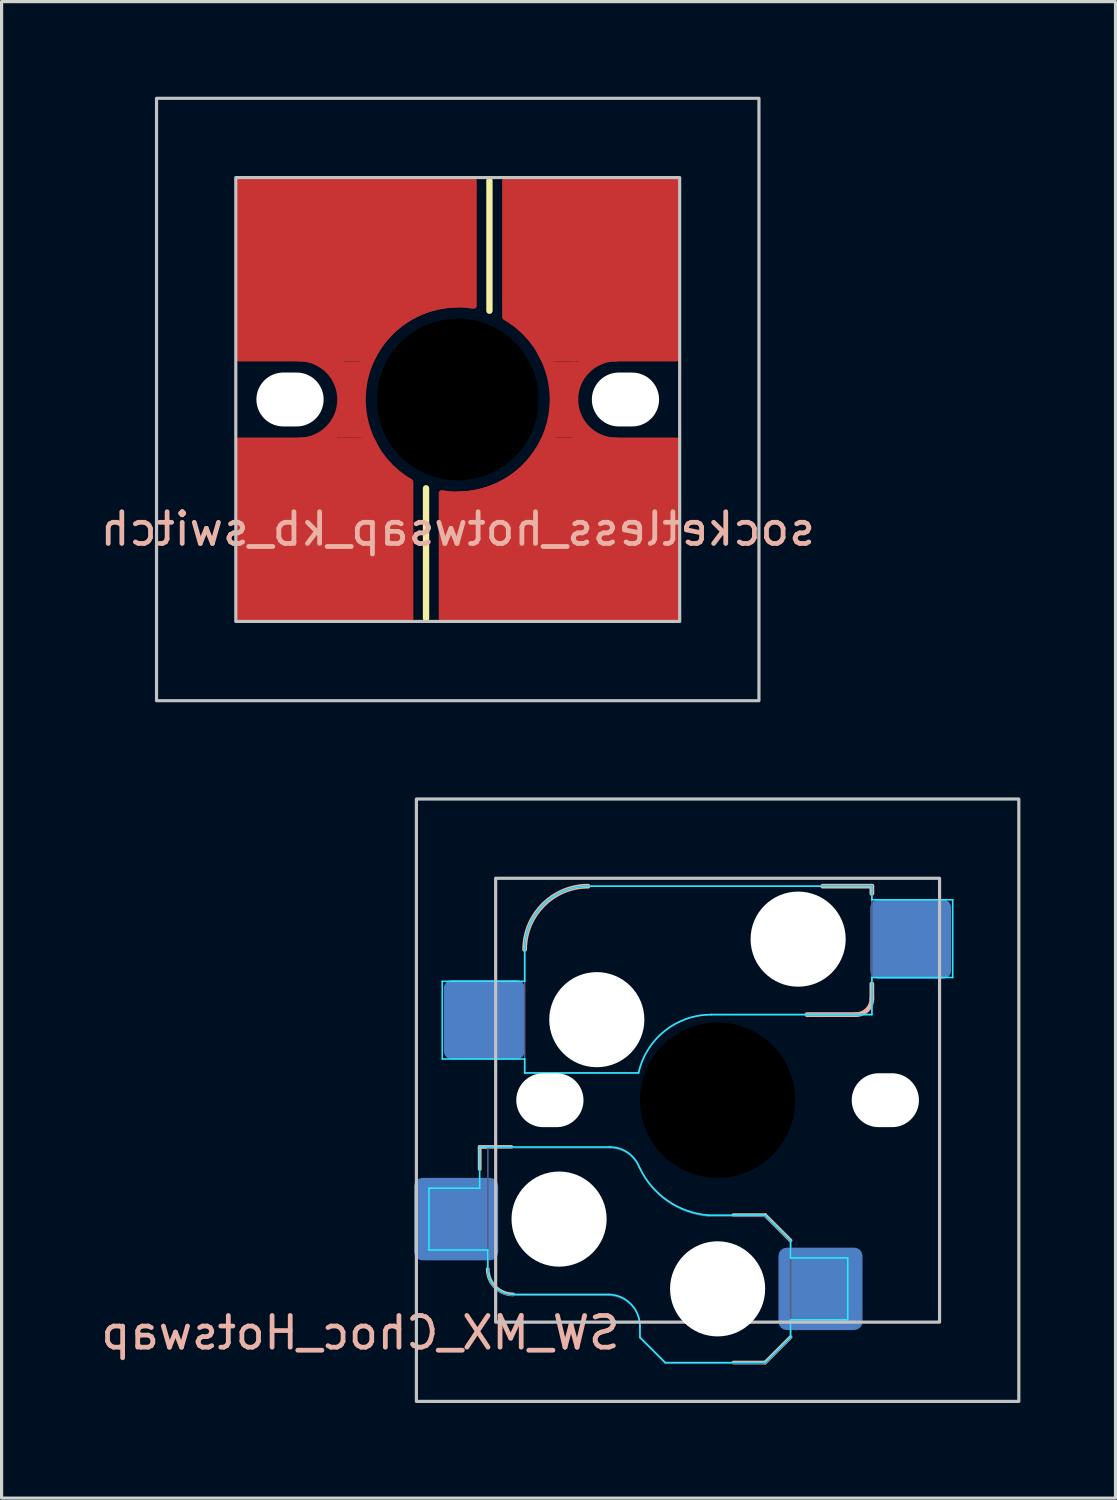
<source format=kicad_pcb>
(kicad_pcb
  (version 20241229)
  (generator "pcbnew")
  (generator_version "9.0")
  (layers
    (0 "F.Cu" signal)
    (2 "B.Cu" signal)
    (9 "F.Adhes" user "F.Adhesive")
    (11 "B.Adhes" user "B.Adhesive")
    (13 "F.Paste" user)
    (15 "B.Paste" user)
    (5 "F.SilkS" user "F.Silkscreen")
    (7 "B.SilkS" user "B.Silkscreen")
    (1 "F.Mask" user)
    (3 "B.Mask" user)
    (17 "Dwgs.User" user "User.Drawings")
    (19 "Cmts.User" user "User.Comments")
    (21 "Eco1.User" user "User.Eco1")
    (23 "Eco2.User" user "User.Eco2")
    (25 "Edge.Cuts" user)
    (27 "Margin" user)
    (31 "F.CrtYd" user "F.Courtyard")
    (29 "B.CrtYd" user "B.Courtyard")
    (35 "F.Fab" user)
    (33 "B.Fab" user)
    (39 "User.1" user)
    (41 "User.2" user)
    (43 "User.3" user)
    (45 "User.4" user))
  (footprint "SW_MX_Choc_Hotswap"
    (layer "F.Cu")
    (at 19.583 31.65)
    (property "Reference" "SW_MX_Choc_Hotswap" (at -3 6.75 0) (unlocked yes) (layer "B.SilkS") (effects (font (size 1 1) (thickness 0.15)) (justify left top mirror)))
    (fp_line (start -7.504 1.475) (end -7.504 2.175) (stroke (width 0.12) (type solid)) (layer "B.SilkS"))
    (fp_line (start -7.504 1.475) (end -6.504 1.475) (stroke (width 0.12) (type solid)) (layer "B.SilkS"))
    (fp_line (start 1.5 3.625) (end 0.5 3.625) (stroke (width 0.12) (type solid)) (layer "B.SilkS"))
    (fp_line (start 1.5 3.625) (end 2.3 4.425) (stroke (width 0.12) (type solid)) (layer "B.SilkS"))
    (fp_line (start 1.5 8.275) (end 0.5 8.275) (stroke (width 0.12) (type solid)) (layer "B.SilkS"))
    (fp_line (start 2.3 7.475) (end 1.5 8.275) (stroke (width 0.12) (type solid)) (layer "B.SilkS"))
    (fp_line (start 2.815 -2.7) (end 4.365 -2.7) (stroke (width 0.15) (type solid)) (layer "B.SilkS"))
    (fp_line (start 3.315 -6.75) (end 4.865 -6.75) (stroke (width 0.15) (type solid)) (layer "B.SilkS"))
    (fp_line (start 4.865 -6.75) (end 4.865 -6.52) (stroke (width 0.15) (type solid)) (layer "B.SilkS"))
    (fp_line (start 4.865 -3.67) (end 4.865 -3.2) (stroke (width 0.15) (type solid)) (layer "B.SilkS"))
    (fp_arc (start -6.45 6.125) (mid -7.015685 5.890685) (end -7.25 5.325) (stroke (width 0.12) (type solid)) (layer "B.SilkS"))
    (fp_arc (start -6.085176 -4.75022) (mid -5.499381 -6.164412) (end -4.085176 -6.75022) (stroke (width 0.15) (type solid)) (layer "B.SilkS"))
    (fp_arc (start 4.864824 -3.20022) (mid 4.718386 -2.846645) (end 4.364824 -2.70022) (stroke (width 0.15) (type solid)) (layer "B.SilkS"))
    (fp_rect (start -9.5 -9.5) (end 9.5 9.5) (stroke (width 0.1) (type default)) (fill no) (layer "Dwgs.User"))
    (fp_rect (start -7 -7) (end 7 7) (stroke (width 0.1) (type solid)) (fill no) (layer "Dwgs.User"))
    (fp_line (start -9.104 2.775) (end -7.504 2.775) (stroke (width 0.05) (type solid)) (layer "B.CrtYd"))
    (fp_line (start -9.104 4.725) (end -9.104 2.775) (stroke (width 0.05) (type solid)) (layer "B.CrtYd"))
    (fp_line (start -8.685 -3.75) (end -8.685 -1.3) (stroke (width 0.05) (type solid)) (layer "B.CrtYd"))
    (fp_line (start -8.685 -1.3) (end -6.085 -1.3) (stroke (width 0.05) (type solid)) (layer "B.CrtYd"))
    (fp_line (start -7.504 1.475) (end -7.504 2.175) (stroke (width 0.05) (type solid)) (layer "B.CrtYd"))
    (fp_line (start -7.504 1.475) (end -3.4 1.475) (stroke (width 0.05) (type solid)) (layer "B.CrtYd"))
    (fp_line (start -7.504 2.175) (end -7.504 2.775) (stroke (width 0.05) (type solid)) (layer "B.CrtYd"))
    (fp_line (start -7.25 4.725) (end -9.104 4.725) (stroke (width 0.05) (type solid)) (layer "B.CrtYd"))
    (fp_line (start -7.25 5.325) (end -7.25 4.725) (stroke (width 0.05) (type solid)) (layer "B.CrtYd"))
    (fp_line (start -6.085 -3.75) (end -8.685 -3.75) (stroke (width 0.05) (type solid)) (layer "B.CrtYd"))
    (fp_line (start -6.085 -3.75) (end -6.085 -4.75) (stroke (width 0.05) (type solid)) (layer "B.CrtYd"))
    (fp_line (start -6.085 -1.3) (end -6.085 -0.86) (stroke (width 0.05) (type solid)) (layer "B.CrtYd"))
    (fp_line (start -6.085 -0.86) (end -2.494 -0.86) (stroke (width 0.05) (type solid)) (layer "B.CrtYd"))
    (fp_line (start -4.085 -6.75) (end 4.865 -6.75) (stroke (width 0.05) (type solid)) (layer "B.CrtYd"))
    (fp_line (start -3.45 6.125) (end -6.45 6.125) (stroke (width 0.05) (type solid)) (layer "B.CrtYd"))
    (fp_line (start -2.45 7.475) (end -2.45 7.125) (stroke (width 0.05) (type solid)) (layer "B.CrtYd"))
    (fp_line (start -2.45 7.475) (end -1.65 8.275) (stroke (width 0.05) (type solid)) (layer "B.CrtYd"))
    (fp_line (start 1.5 3.625) (end -0.3 3.625) (stroke (width 0.05) (type solid)) (layer "B.CrtYd"))
    (fp_line (start 1.5 3.625) (end 2.3 4.425) (stroke (width 0.05) (type solid)) (layer "B.CrtYd"))
    (fp_line (start 1.5 8.275) (end -1.65 8.275) (stroke (width 0.05) (type solid)) (layer "B.CrtYd"))
    (fp_line (start 2.3 4.975) (end 2.3 4.425) (stroke (width 0.05) (type solid)) (layer "B.CrtYd"))
    (fp_line (start 2.3 7.475) (end 1.5 8.275) (stroke (width 0.05) (type solid)) (layer "B.CrtYd"))
    (fp_line (start 2.3 7.475) (end 2.3 6.925) (stroke (width 0.05) (type solid)) (layer "B.CrtYd"))
    (fp_line (start 4.104 4.975) (end 2.3 4.975) (stroke (width 0.05) (type solid)) (layer "B.CrtYd"))
    (fp_line (start 4.104 4.975) (end 4.104 6.925) (stroke (width 0.05) (type solid)) (layer "B.CrtYd"))
    (fp_line (start 4.104 6.925) (end 2.3 6.925) (stroke (width 0.05) (type solid)) (layer "B.CrtYd"))
    (fp_line (start 4.865 -6.75) (end 4.865 -6.32) (stroke (width 0.05) (type solid)) (layer "B.CrtYd"))
    (fp_line (start 4.865 -3.87) (end 4.865 -2.7) (stroke (width 0.05) (type solid)) (layer "B.CrtYd"))
    (fp_line (start 4.865 -3.87) (end 7.415 -3.87) (stroke (width 0.05) (type solid)) (layer "B.CrtYd"))
    (fp_line (start 4.865 -2.7) (end -0.2 -2.7) (stroke (width 0.05) (type solid)) (layer "B.CrtYd"))
    (fp_line (start 7.415 -6.32) (end 4.865 -6.32) (stroke (width 0.05) (type solid)) (layer "B.CrtYd"))
    (fp_line (start 7.415 -3.87) (end 7.415 -6.32) (stroke (width 0.05) (type solid)) (layer "B.CrtYd"))
    (fp_arc (start -6.45 6.125) (mid -7.015685 5.890685) (end -7.25 5.325) (stroke (width 0.05) (type solid)) (layer "B.CrtYd"))
    (fp_arc (start -6.085176 -4.75022) (mid -5.49939 -6.164434) (end -4.085176 -6.75022) (stroke (width 0.05) (type solid)) (layer "B.CrtYd"))
    (fp_arc (start -3.45 6.125) (mid -2.742893 6.417893) (end -2.45 7.125) (stroke (width 0.05) (type solid)) (layer "B.CrtYd"))
    (fp_arc (start -3.4 1.475) (mid -2.826423 1.655848) (end -2.460307 2.13298) (stroke (width 0.05) (type solid)) (layer "B.CrtYd"))
    (fp_arc (start -2.494322 -0.86022) (mid -1.670503 -2.183402) (end -0.2 -2.70022) (stroke (width 0.05) (type solid)) (layer "B.CrtYd"))
    (fp_arc (start -0.299999 3.624999) (mid -1.577272 3.167235) (end -2.455444 2.13293) (stroke (width 0.05) (type solid)) (layer "B.CrtYd"))
    (fp_rect (start -7 -7) (end 7 7) (stroke (width 0.05) (type default)) (fill no) (layer "F.CrtYd"))
    (fp_line (start -7.246 1.5) (end -3.396 1.5) (stroke (width 0.05) (type solid)) (layer "B.Fab"))
    (fp_line (start -7.246 5.35) (end -7.246 1.5) (stroke (width 0.05) (type solid)) (layer "B.Fab"))
    (fp_line (start -6.085 -0.86) (end -6.085 -4.75) (stroke (width 0.05) (type solid)) (layer "B.Fab"))
    (fp_line (start -6.085 -0.86) (end -2.494 -0.86) (stroke (width 0.05) (type solid)) (layer "B.Fab"))
    (fp_line (start -4.085 -6.75) (end 4.865 -6.75) (stroke (width 0.05) (type solid)) (layer "B.Fab"))
    (fp_line (start -3.446 6.15) (end -6.446 6.15) (stroke (width 0.05) (type solid)) (layer "B.Fab"))
    (fp_line (start -2.446 7.5) (end -2.446 7.15) (stroke (width 0.05) (type solid)) (layer "B.Fab"))
    (fp_line (start -2.446 7.5) (end -1.646 8.3) (stroke (width 0.05) (type solid)) (layer "B.Fab"))
    (fp_line (start 1.504 3.65) (end -0.296 3.65) (stroke (width 0.05) (type solid)) (layer "B.Fab"))
    (fp_line (start 1.504 3.65) (end 2.304 4.45) (stroke (width 0.05) (type solid)) (layer "B.Fab"))
    (fp_line (start 1.504 8.3) (end -1.646 8.3) (stroke (width 0.05) (type solid)) (layer "B.Fab"))
    (fp_line (start 2.304 7.5) (end 1.504 8.3) (stroke (width 0.05) (type solid)) (layer "B.Fab"))
    (fp_line (start 2.304 7.5) (end 2.304 4.45) (stroke (width 0.05) (type solid)) (layer "B.Fab"))
    (fp_line (start 4.865 -6.75) (end 4.865 -2.7) (stroke (width 0.05) (type solid)) (layer "B.Fab"))
    (fp_line (start 4.865 -2.7) (end -0.2 -2.7) (stroke (width 0.05) (type solid)) (layer "B.Fab"))
    (fp_arc (start -6.446 6.15) (mid -7.011685 5.915685) (end -7.246 5.35) (stroke (width 0.05) (type solid)) (layer "B.Fab"))
    (fp_arc (start -6.085176 -4.75022) (mid -5.499381 -6.164412) (end -4.085176 -6.75022) (stroke (width 0.05) (type solid)) (layer "B.Fab"))
    (fp_arc (start -3.446 6.15) (mid -2.738893 6.442893) (end -2.446 7.15) (stroke (width 0.05) (type solid)) (layer "B.Fab"))
    (fp_arc (start -3.396 1.5) (mid -2.822423 1.680848) (end -2.456307 2.15798) (stroke (width 0.05) (type solid)) (layer "B.Fab"))
    (fp_arc (start -2.494322 -0.86022) (mid -1.670501 -2.183395) (end -0.2 -2.70022) (stroke (width 0.05) (type solid)) (layer "B.Fab"))
    (fp_arc (start -0.295999 3.649999) (mid -1.573272 3.192235) (end -2.451444 2.15793) (stroke (width 0.05) (type solid)) (layer "B.Fab"))
    (pad "" np_thru_hole oval (at -5.29 0 180) (size 2.12 1.7) (drill oval 2.12 1.7) (layers "*.Cu" "*.Mask"))
    (pad "" np_thru_hole circle (at -5 3.75) (size 3 3) (drill 3) (layers "*.Cu" "*.Mask"))
    (pad "" np_thru_hole circle (at -3.81 -2.54) (size 3 3) (drill 3) (layers "*.Cu" "*.Mask"))
    (pad "" np_thru_hole circle (at 0 0 180) (size 4.9 4.9) (drill 4.9) (layers "*.Mask"))
    (pad "" np_thru_hole circle (at 0 5.95) (size 3 3) (drill 3) (layers "*.Cu" "*.Mask"))
    (pad "" np_thru_hole circle (at 2.54 -5.08) (size 3 3) (drill 3) (layers "*.Cu" "*.Mask"))
    (pad "" np_thru_hole oval (at 5.29 0) (size 2.12 1.7) (drill oval 2.12 1.7) (layers "*.Cu" "*.Mask"))
    (pad "1" smd roundrect (at -8.245 3.75) (size 2.65 2.6) (layers "B.Cu" "B.Mask" "B.Paste") (roundrect_rratio 0.1))
    (pad "1" smd roundrect (at -7.36 -2.54) (size 2.55 2.5) (layers "B.Cu" "B.Mask" "B.Paste") (roundrect_rratio 0.1))
    (pad "2" smd roundrect (at 3.245 5.95) (size 2.65 2.6) (layers "B.Cu" "B.Mask" "B.Paste") (roundrect_rratio 0.1))
    (pad "2" smd roundrect (at 6.09 -5.08) (size 2.55 2.5) (layers "B.Cu" "B.Mask" "B.Paste") (roundrect_rratio 0.1)))
  (footprint "socketless_hotwsap_kb_switch"
    (layer "F.Cu")
    (at 11.387 9.55)
    (property "Reference" "socketless_hotwsap_kb_switch" (at 0 3.5 0) (unlocked yes) (layer "B.SilkS") (effects (font (size 1 1) (thickness 0.15)) (justify top mirror)))
    (fp_rect (start -4.325 1.05) (end -4.1 1.35) (stroke (width 0) (type solid)) (fill yes) (layer "F.Cu"))
    (fp_rect (start -4.3 -1.8) (end -4.075 -1) (stroke (width 0) (type solid)) (fill yes) (layer "F.Cu"))
    (fp_rect (start -4.225 0.95) (end -4 1.25) (stroke (width 0) (type solid)) (fill yes) (layer "F.Cu"))
    (fp_rect (start -4.1 -1.7) (end -3.875 -0.9) (stroke (width 0) (type solid)) (fill yes) (layer "F.Cu"))
    (fp_rect (start -4.025 0.75) (end -3.8 1.45) (stroke (width 0) (type solid)) (fill yes) (layer "F.Cu"))
    (fp_rect (start -3.925 -1.5) (end -3.7 -0.7) (stroke (width 0) (type solid)) (fill yes) (layer "F.Cu"))
    (fp_rect (start -3.825 -1.25) (end -3.6 -0.45) (stroke (width 0) (type solid)) (fill yes) (layer "F.Cu"))
    (fp_rect (start -3.825 0.5) (end -3.6 1.2) (stroke (width 0) (type solid)) (fill yes) (layer "F.Cu"))
    (fp_rect (start -3.7 -1.2) (end -3 1.2) (stroke (width 0) (type solid)) (fill yes) (layer "F.Cu"))
    (fp_rect (start -3.1 -1.3) (end -2.9 -0.7) (stroke (width 0) (type solid)) (fill yes) (layer "F.Cu"))
    (fp_rect (start -3.1 0.6) (end -2.9 1.2) (stroke (width 0) (type solid)) (fill yes) (layer "F.Cu"))
    (fp_rect (start -3 -1.6) (end -2.8 -1) (stroke (width 0) (type solid)) (fill yes) (layer "F.Cu"))
    (fp_rect (start -3 0.9) (end -2.8 1.5) (stroke (width 0) (type solid)) (fill yes) (layer "F.Cu"))
    (fp_rect (start 2.8 -1.5) (end 3 -0.9) (stroke (width 0) (type solid)) (fill yes) (layer "F.Cu"))
    (fp_rect (start 2.8 1) (end 3 1.6) (stroke (width 0) (type solid)) (fill yes) (layer "F.Cu"))
    (fp_rect (start 2.9 -1.2) (end 3.1 -0.6) (stroke (width 0) (type solid)) (fill yes) (layer "F.Cu"))
    (fp_rect (start 2.9 0.7) (end 3.1 1.3) (stroke (width 0) (type solid)) (fill yes) (layer "F.Cu"))
    (fp_rect (start 3 -1.2) (end 3.7 1.2) (stroke (width 0) (type solid)) (fill yes) (layer "F.Cu"))
    (fp_rect (start 3.6 -1.2) (end 3.825 -0.5) (stroke (width 0) (type solid)) (fill yes) (layer "F.Cu"))
    (fp_rect (start 3.6 0.45) (end 3.825 1.25) (stroke (width 0) (type solid)) (fill yes) (layer "F.Cu"))
    (fp_rect (start 3.7 0.7) (end 3.925 1.5) (stroke (width 0) (type solid)) (fill yes) (layer "F.Cu"))
    (fp_rect (start 3.8 -1.45) (end 4.025 -0.75) (stroke (width 0) (type solid)) (fill yes) (layer "F.Cu"))
    (fp_rect (start 3.875 0.9) (end 4.1 1.7) (stroke (width 0) (type solid)) (fill yes) (layer "F.Cu"))
    (fp_rect (start 4 -1.25) (end 4.225 -0.95) (stroke (width 0) (type solid)) (fill yes) (layer "F.Cu"))
    (fp_rect (start 4.075 1) (end 4.3 1.8) (stroke (width 0) (type solid)) (fill yes) (layer "F.Cu"))
    (fp_rect (start 4.087 -1.4) (end 4.313 -1.1) (stroke (width 0) (type solid)) (fill yes) (layer "F.Cu"))
    (fp_arc (start -5 -1.3) (mid -3.7 0) (end -5 1.3) (stroke (width 0.2) (type default)) (layer "F.Cu"))
    (fp_arc (start -2.604729 1.488417) (mid -2.59473 -1.50578) (end 0 -3) (stroke (width 0.2) (type default)) (layer "F.Cu"))
    (fp_arc (start 2.604729 -1.488417) (mid 2.59473 1.50578) (end 0 3) (stroke (width 0.2) (type default)) (layer "F.Cu"))
    (fp_arc (start 5 1.3) (mid 3.7 0) (end 5 -1.3) (stroke (width 0.2) (type default)) (layer "F.Cu"))
    (fp_line (start -1 6.9) (end -1 2.8) (stroke (width 0.2) (type default)) (layer "F.SilkS"))
    (fp_line (start 1 -6.9) (end 1 -2.8) (stroke (width 0.2) (type default)) (layer "F.SilkS"))
    (fp_rect (start -9.5 -9.5) (end 9.5 9.5) (stroke (width 0.1) (type default)) (fill no) (layer "Dwgs.User"))
    (fp_rect (start -7 -7) (end 7 7) (stroke (width 0.1) (type solid)) (fill no) (layer "Dwgs.User"))
    (fp_rect (start -7 -7) (end 7 7) (stroke (width 0.05) (type default)) (fill no) (layer "F.CrtYd"))
    (pad "" np_thru_hole oval (at -5.29 0 180) (size 2.12 1.7) (drill oval 2.12 1.7) (layers "*.Cu" "*.Mask"))
    (pad "" np_thru_hole circle (at 0 0 180) (size 5.1 5.1) (drill 5.1) (layers "*.Mask"))
    (pad "" np_thru_hole oval (at 5.29 0) (size 2.12 1.7) (drill oval 2.12 1.7) (layers "*.Cu" "*.Mask"))
    (pad "1" smd custom (at -5 -5 180) (size 2 2) (layers "F.Cu" "F.Mask" "F.Paste") (options (anchor rect)) (primitives (gr_rect (start -2.296 -3.7) (end 1.9 1.9) (width 0) (fill yes)) (gr_rect (start -2.5 -3.5) (end -2.2 -2.2) (width 0) (fill yes)) (gr_rect (start -4 -2.2) (end -2.1 -2.1) (width 0) (fill yes)) (gr_rect (start -3.8 -2.296) (end -3.6 -1.896) (width 0) (fill yes)) (gr_rect (start -3.6 -2.4) (end -3.4 -2) (width 0) (fill yes)) (gr_rect (start -3.4 -2.5) (end -3.2 -2.1) (width 0) (fill yes)) (gr_rect (start -3.2 -2.7) (end -3 -1.7) (width 0) (fill yes)) (gr_rect (start -3 -2.9) (end -2.8 -1.9) (width 0) (fill yes)) (gr_rect (start -2.8 -3.1) (end -2.6 -2.1) (width 0) (fill yes)) (gr_rect (start -2.6 -3.25) (end -2.5 -2.15) (width 0) (fill yes)) (gr_rect (start -4.3 -2.1) (end -2.2 -1.9) (width 0) (fill yes)) (gr_rect (start -5.5 -2) (end -2.204 1.9) (width 0) (fill yes)) (gr_arc (start -2.296301 -3.7) (mid -3.621107 -2.335671) (end -5.5 -2.04196) (width 0.2)) (gr_line (start -5.5 -2.042) (end -5.5 1.9) (width 0.2)) (gr_line (start 1.9 -3.7) (end -2.296 -3.7) (width 0.2)) (gr_line (start 1.9 1.9) (end 1.9 -3.7) (width 0.2)) (gr_line (start 1.9 1.9) (end -5.5 1.9) (width 0.2))))
    (pad "1" smd custom (at -5 5) (size 2 2) (layers "F.Cu" "F.Mask" "F.Paste") (options (anchor rect)) (primitives (gr_rect (start -1.9 -3.7) (end 2.296 1.9) (width 0) (fill yes)) (gr_rect (start 2.1 -3.601) (end 2.398 -3.399) (width 0) (fill yes)) (gr_rect (start 2.201 -3.4) (end 2.499 -3.198) (width 0) (fill yes)) (gr_rect (start 2.101 -3.2) (end 2.699 -2.998) (width 0) (fill yes)) (gr_rect (start 2.251 -3) (end 2.849 -2.798) (width 0) (fill yes)) (gr_rect (start 2.202 -2.801) (end 3.1 -2.599) (width 0) (fill yes)) (gr_rect (start 2.051 -2.6) (end 3.349 -2.398) (width 0) (fill yes)) (gr_rect (start 2.104 -2.4) (end 3.5 1.9) (width 0) (fill yes)) (gr_arc (start 3.5 -2.401928) (mid 2.800223 -2.960156) (end 2.296301 -3.7) (width 0.2)) (gr_line (start -1.9 1.9) (end 3.5 1.9) (width 0.2)) (gr_line (start -1.9 -3.7) (end -1.9 1.9) (width 0.2)) (gr_line (start 3.5 1.9) (end 3.5 -2.402) (width 0.2)) (gr_line (start -1.9 -3.7) (end 2.296 -3.7) (width 0.2))))
    (pad "2" smd custom (at 5 -5 180) (size 2 2) (layers "F.Cu" "F.Mask" "F.Paste") (options (anchor rect)) (primitives (gr_rect (start -1.9 -3.7) (end 2.296 1.9) (width 0) (fill yes)) (gr_rect (start 2.1 -3.601) (end 2.398 -3.399) (width 0) (fill yes)) (gr_rect (start 2.201 -3.4) (end 2.499 -3.198) (width 0) (fill yes)) (gr_rect (start 2.101 -3.2) (end 2.699 -2.998) (width 0) (fill yes)) (gr_rect (start 2.251 -3) (end 2.849 -2.798) (width 0) (fill yes)) (gr_rect (start 2.202 -2.801) (end 3.1 -2.599) (width 0) (fill yes)) (gr_rect (start 2.051 -2.6) (end 3.349 -2.398) (width 0) (fill yes)) (gr_rect (start 2.104 -2.4) (end 3.5 1.9) (width 0) (fill yes)) (gr_arc (start 3.5 -2.401928) (mid 2.800223 -2.960156) (end 2.296301 -3.7) (width 0.2)) (gr_line (start -1.9 1.9) (end 3.5 1.9) (width 0.2)) (gr_line (start -1.9 -3.7) (end -1.9 1.9) (width 0.2)) (gr_line (start 3.5 1.9) (end 3.5 -2.402) (width 0.2)) (gr_line (start -1.9 -3.7) (end 2.296 -3.7) (width 0.2))))
    (pad "2" smd custom (at 5 5) (size 2 2) (layers "F.Cu" "F.Mask" "F.Paste") (options (anchor rect)) (primitives (gr_rect (start -2.296 -3.7) (end 1.9 1.9) (width 0) (fill yes)) (gr_rect (start -2.5 -3.5) (end -2.2 -2.2) (width 0) (fill yes)) (gr_rect (start -4 -2.2) (end -2.1 -2.1) (width 0) (fill yes)) (gr_rect (start -3.8 -2.296) (end -3.6 -1.896) (width 0) (fill yes)) (gr_rect (start -3.6 -2.4) (end -3.4 -2) (width 0) (fill yes)) (gr_rect (start -3.4 -2.5) (end -3.2 -2.1) (width 0) (fill yes)) (gr_rect (start -3.2 -2.7) (end -3 -1.7) (width 0) (fill yes)) (gr_rect (start -3 -2.9) (end -2.8 -1.9) (width 0) (fill yes)) (gr_rect (start -2.8 -3.1) (end -2.6 -2.1) (width 0) (fill yes)) (gr_rect (start -2.6 -3.25) (end -2.5 -2.15) (width 0) (fill yes)) (gr_rect (start -4.3 -2.1) (end -2.2 -1.9) (width 0) (fill yes)) (gr_rect (start -5.5 -2) (end -2.204 1.9) (width 0) (fill yes)) (gr_arc (start -2.296301 -3.7) (mid -3.621107 -2.335671) (end -5.5 -2.04196) (width 0.2)) (gr_line (start -5.5 -2.042) (end -5.5 1.9) (width 0.2)) (gr_line (start 1.9 -3.7) (end -2.296 -3.7) (width 0.2)) (gr_line (start 1.9 1.9) (end 1.9 -3.7) (width 0.2)) (gr_line (start 1.9 1.9) (end -5.5 1.9) (width 0.2)))))
  (gr_rect
    (start -3 -3)
    (end 32.133 44.2)
    (stroke (width 0.1) (type default))
    (fill no)
    (layer "Edge.Cuts")))
</source>
